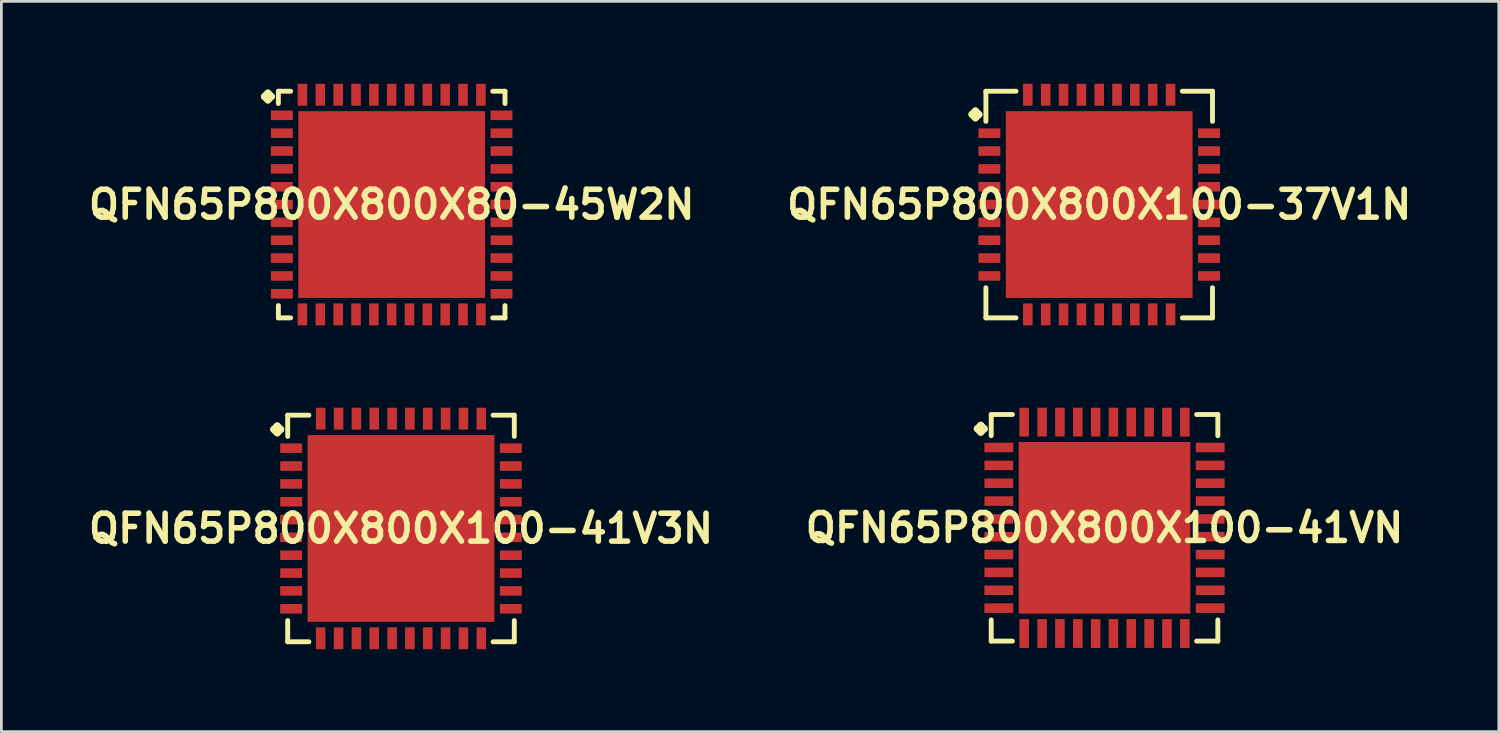
<source format=kicad_pcb>
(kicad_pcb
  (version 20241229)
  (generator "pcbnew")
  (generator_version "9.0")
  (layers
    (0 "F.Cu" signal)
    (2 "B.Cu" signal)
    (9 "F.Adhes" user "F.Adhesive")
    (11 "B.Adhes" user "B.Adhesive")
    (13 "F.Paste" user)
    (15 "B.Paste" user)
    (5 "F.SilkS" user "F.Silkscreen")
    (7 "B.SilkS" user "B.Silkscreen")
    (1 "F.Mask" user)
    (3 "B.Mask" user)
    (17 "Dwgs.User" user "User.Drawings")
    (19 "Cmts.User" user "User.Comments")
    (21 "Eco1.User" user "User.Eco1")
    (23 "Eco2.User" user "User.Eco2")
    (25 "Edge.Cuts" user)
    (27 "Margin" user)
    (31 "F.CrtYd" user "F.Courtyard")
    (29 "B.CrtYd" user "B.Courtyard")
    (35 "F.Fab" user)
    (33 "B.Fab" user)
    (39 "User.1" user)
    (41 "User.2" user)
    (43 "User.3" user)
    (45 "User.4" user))
  (footprint "QFN65P800X800X80-45W2N"
    (layer "F.Cu")
    (at 11.21 4.397)
    (property "Reference" "QFN65P800X800X80-45W2N" (at 0 0 0) (layer "F.SilkS") (effects (font (size 1.016 1.016) (thickness 0.203))))
    (attr smd)
    (fp_line (start -4.633 -3.932) (end -4.506 -4.059) (stroke (width 0.254) (type solid)) (layer "F.SilkS"))
    (fp_line (start -4.506 -4.059) (end -4.379 -3.932) (stroke (width 0.254) (type solid)) (layer "F.SilkS"))
    (fp_line (start -4.506 -3.805) (end -4.633 -3.932) (stroke (width 0.254) (type solid)) (layer "F.SilkS"))
    (fp_line (start -4.379 -3.932) (end -4.506 -3.805) (stroke (width 0.254) (type solid)) (layer "F.SilkS"))
    (fp_line (start -4.125 -4.125) (end -3.678 -4.125) (stroke (width 0.178) (type solid)) (layer "F.SilkS"))
    (fp_line (start -4.125 -3.678) (end -4.125 -4.125) (stroke (width 0.178) (type solid)) (layer "F.SilkS"))
    (fp_line (start -4.125 3.678) (end -4.125 4.125) (stroke (width 0.178) (type solid)) (layer "F.SilkS"))
    (fp_line (start -4.125 4.125) (end -3.678 4.125) (stroke (width 0.178) (type solid)) (layer "F.SilkS"))
    (fp_line (start 3.678 -4.125) (end 4.125 -4.125) (stroke (width 0.178) (type solid)) (layer "F.SilkS"))
    (fp_line (start 3.678 4.125) (end 4.125 4.125) (stroke (width 0.178) (type solid)) (layer "F.SilkS"))
    (fp_line (start 4.125 -4.125) (end 4.125 -3.678) (stroke (width 0.178) (type solid)) (layer "F.SilkS"))
    (fp_line (start 4.125 4.125) (end 4.125 3.678) (stroke (width 0.178) (type solid)) (layer "F.SilkS"))
    (pad "1" smd rect (at -3.998 -3.249) (size 0.798 0.348) (layers "F.Cu" "F.Mask" "F.Paste"))
    (pad "2" smd rect (at -3.998 -2.598) (size 0.798 0.348) (layers "F.Cu" "F.Mask" "F.Paste"))
    (pad "3" smd rect (at -3.998 -1.948) (size 0.798 0.348) (layers "F.Cu" "F.Mask" "F.Paste"))
    (pad "4" smd rect (at -3.998 -1.298) (size 0.798 0.348) (layers "F.Cu" "F.Mask" "F.Paste"))
    (pad "5" smd rect (at -3.998 -0.648) (size 0.798 0.348) (layers "F.Cu" "F.Mask" "F.Paste"))
    (pad "6" smd rect (at -3.998 0) (size 0.798 0.348) (layers "F.Cu" "F.Mask" "F.Paste"))
    (pad "7" smd rect (at -3.998 0.648) (size 0.798 0.348) (layers "F.Cu" "F.Mask" "F.Paste"))
    (pad "8" smd rect (at -3.998 1.298) (size 0.798 0.348) (layers "F.Cu" "F.Mask" "F.Paste"))
    (pad "9" smd rect (at -3.998 1.948) (size 0.798 0.348) (layers "F.Cu" "F.Mask" "F.Paste"))
    (pad "10" smd rect (at -3.998 2.598) (size 0.798 0.348) (layers "F.Cu" "F.Mask" "F.Paste"))
    (pad "11" smd rect (at -3.998 3.249) (size 0.798 0.348) (layers "F.Cu" "F.Mask" "F.Paste"))
    (pad "12" smd rect (at -3.249 3.998) (size 0.348 0.798) (layers "F.Cu" "F.Mask" "F.Paste"))
    (pad "13" smd rect (at -2.598 3.998) (size 0.348 0.798) (layers "F.Cu" "F.Mask" "F.Paste"))
    (pad "14" smd rect (at -1.948 3.998) (size 0.348 0.798) (layers "F.Cu" "F.Mask" "F.Paste"))
    (pad "15" smd rect (at -1.298 3.998) (size 0.348 0.798) (layers "F.Cu" "F.Mask" "F.Paste"))
    (pad "16" smd rect (at -0.648 3.998) (size 0.348 0.798) (layers "F.Cu" "F.Mask" "F.Paste"))
    (pad "17" smd rect (at 0 3.998) (size 0.348 0.798) (layers "F.Cu" "F.Mask" "F.Paste"))
    (pad "18" smd rect (at 0.648 3.998) (size 0.348 0.798) (layers "F.Cu" "F.Mask" "F.Paste"))
    (pad "19" smd rect (at 1.298 3.998) (size 0.348 0.798) (layers "F.Cu" "F.Mask" "F.Paste"))
    (pad "20" smd rect (at 1.948 3.998) (size 0.348 0.798) (layers "F.Cu" "F.Mask" "F.Paste"))
    (pad "21" smd rect (at 2.598 3.998) (size 0.348 0.798) (layers "F.Cu" "F.Mask" "F.Paste"))
    (pad "22" smd rect (at 3.249 3.998) (size 0.348 0.798) (layers "F.Cu" "F.Mask" "F.Paste"))
    (pad "23" smd rect (at 3.998 3.249) (size 0.798 0.348) (layers "F.Cu" "F.Mask" "F.Paste"))
    (pad "24" smd rect (at 3.998 2.598) (size 0.798 0.348) (layers "F.Cu" "F.Mask" "F.Paste"))
    (pad "25" smd rect (at 3.998 1.948) (size 0.798 0.348) (layers "F.Cu" "F.Mask" "F.Paste"))
    (pad "26" smd rect (at 3.998 1.298) (size 0.798 0.348) (layers "F.Cu" "F.Mask" "F.Paste"))
    (pad "27" smd rect (at 3.998 0.648) (size 0.798 0.348) (layers "F.Cu" "F.Mask" "F.Paste"))
    (pad "28" smd rect (at 3.998 0) (size 0.798 0.348) (layers "F.Cu" "F.Mask" "F.Paste"))
    (pad "29" smd rect (at 3.998 -0.648) (size 0.798 0.348) (layers "F.Cu" "F.Mask" "F.Paste"))
    (pad "30" smd rect (at 3.998 -1.298) (size 0.798 0.348) (layers "F.Cu" "F.Mask" "F.Paste"))
    (pad "31" smd rect (at 3.998 -1.948) (size 0.798 0.348) (layers "F.Cu" "F.Mask" "F.Paste"))
    (pad "32" smd rect (at 3.998 -2.598) (size 0.798 0.348) (layers "F.Cu" "F.Mask" "F.Paste"))
    (pad "33" smd rect (at 3.998 -3.249) (size 0.798 0.348) (layers "F.Cu" "F.Mask" "F.Paste"))
    (pad "34" smd rect (at 3.249 -3.998) (size 0.348 0.798) (layers "F.Cu" "F.Mask" "F.Paste"))
    (pad "35" smd rect (at 2.598 -3.998) (size 0.348 0.798) (layers "F.Cu" "F.Mask" "F.Paste"))
    (pad "36" smd rect (at 1.948 -3.998) (size 0.348 0.798) (layers "F.Cu" "F.Mask" "F.Paste"))
    (pad "37" smd rect (at 1.298 -3.998) (size 0.348 0.798) (layers "F.Cu" "F.Mask" "F.Paste"))
    (pad "38" smd rect (at 0.648 -3.998) (size 0.348 0.798) (layers "F.Cu" "F.Mask" "F.Paste"))
    (pad "39" smd rect (at 0 -3.998) (size 0.348 0.798) (layers "F.Cu" "F.Mask" "F.Paste"))
    (pad "40" smd rect (at -0.648 -3.998) (size 0.348 0.798) (layers "F.Cu" "F.Mask" "F.Paste"))
    (pad "41" smd rect (at -1.298 -3.998) (size 0.348 0.798) (layers "F.Cu" "F.Mask" "F.Paste"))
    (pad "42" smd rect (at -1.948 -3.998) (size 0.348 0.798) (layers "F.Cu" "F.Mask" "F.Paste"))
    (pad "43" smd rect (at -2.598 -3.998) (size 0.348 0.798) (layers "F.Cu" "F.Mask" "F.Paste"))
    (pad "44" smd rect (at -3.249 -3.998) (size 0.348 0.798) (layers "F.Cu" "F.Mask" "F.Paste"))
    (pad "45" smd rect (at 0 0) (size 6.8 6.8) (layers "F.Cu" "F.Mask" "F.Paste")))
  (footprint "QFN65P800X800X100-37V1N"
    (layer "F.Cu")
    (at 36.968 4.397)
    (property "Reference" "QFN65P800X800X100-37V1N" (at 0 0 0) (layer "F.SilkS") (effects (font (size 1.016 1.016) (thickness 0.203))))
    (attr smd)
    (fp_line (start -4.633 -3.282) (end -4.506 -3.409) (stroke (width 0.254) (type solid)) (layer "F.SilkS"))
    (fp_line (start -4.506 -3.409) (end -4.379 -3.282) (stroke (width 0.254) (type solid)) (layer "F.SilkS"))
    (fp_line (start -4.506 -3.155) (end -4.633 -3.282) (stroke (width 0.254) (type solid)) (layer "F.SilkS"))
    (fp_line (start -4.379 -3.282) (end -4.506 -3.155) (stroke (width 0.254) (type solid)) (layer "F.SilkS"))
    (fp_line (start -4.125 -4.125) (end -3.028 -4.125) (stroke (width 0.178) (type solid)) (layer "F.SilkS"))
    (fp_line (start -4.125 -3.028) (end -4.125 -4.125) (stroke (width 0.178) (type solid)) (layer "F.SilkS"))
    (fp_line (start -4.125 3.028) (end -4.125 4.125) (stroke (width 0.178) (type solid)) (layer "F.SilkS"))
    (fp_line (start -4.125 4.125) (end -3.028 4.125) (stroke (width 0.178) (type solid)) (layer "F.SilkS"))
    (fp_line (start 3.028 -4.125) (end 4.125 -4.125) (stroke (width 0.178) (type solid)) (layer "F.SilkS"))
    (fp_line (start 3.028 4.125) (end 4.125 4.125) (stroke (width 0.178) (type solid)) (layer "F.SilkS"))
    (fp_line (start 4.125 -4.125) (end 4.125 -3.028) (stroke (width 0.178) (type solid)) (layer "F.SilkS"))
    (fp_line (start 4.125 4.125) (end 4.125 3.028) (stroke (width 0.178) (type solid)) (layer "F.SilkS"))
    (pad "1" smd rect (at -3.998 -2.598) (size 0.798 0.348) (layers "F.Cu" "F.Mask" "F.Paste"))
    (pad "2" smd rect (at -3.998 -1.948) (size 0.798 0.348) (layers "F.Cu" "F.Mask" "F.Paste"))
    (pad "3" smd rect (at -3.998 -1.298) (size 0.798 0.348) (layers "F.Cu" "F.Mask" "F.Paste"))
    (pad "4" smd rect (at -3.998 -0.648) (size 0.798 0.348) (layers "F.Cu" "F.Mask" "F.Paste"))
    (pad "5" smd rect (at -3.998 0) (size 0.798 0.348) (layers "F.Cu" "F.Mask" "F.Paste"))
    (pad "6" smd rect (at -3.998 0.648) (size 0.798 0.348) (layers "F.Cu" "F.Mask" "F.Paste"))
    (pad "7" smd rect (at -3.998 1.298) (size 0.798 0.348) (layers "F.Cu" "F.Mask" "F.Paste"))
    (pad "8" smd rect (at -3.998 1.948) (size 0.798 0.348) (layers "F.Cu" "F.Mask" "F.Paste"))
    (pad "9" smd rect (at -3.998 2.598) (size 0.798 0.348) (layers "F.Cu" "F.Mask" "F.Paste"))
    (pad "10" smd rect (at -2.598 3.998) (size 0.348 0.798) (layers "F.Cu" "F.Mask" "F.Paste"))
    (pad "11" smd rect (at -1.948 3.998) (size 0.348 0.798) (layers "F.Cu" "F.Mask" "F.Paste"))
    (pad "12" smd rect (at -1.298 3.998) (size 0.348 0.798) (layers "F.Cu" "F.Mask" "F.Paste"))
    (pad "13" smd rect (at -0.648 3.998) (size 0.348 0.798) (layers "F.Cu" "F.Mask" "F.Paste"))
    (pad "14" smd rect (at 0 3.998) (size 0.348 0.798) (layers "F.Cu" "F.Mask" "F.Paste"))
    (pad "15" smd rect (at 0.648 3.998) (size 0.348 0.798) (layers "F.Cu" "F.Mask" "F.Paste"))
    (pad "16" smd rect (at 1.298 3.998) (size 0.348 0.798) (layers "F.Cu" "F.Mask" "F.Paste"))
    (pad "17" smd rect (at 1.948 3.998) (size 0.348 0.798) (layers "F.Cu" "F.Mask" "F.Paste"))
    (pad "18" smd rect (at 2.598 3.998) (size 0.348 0.798) (layers "F.Cu" "F.Mask" "F.Paste"))
    (pad "19" smd rect (at 3.998 2.598) (size 0.798 0.348) (layers "F.Cu" "F.Mask" "F.Paste"))
    (pad "20" smd rect (at 3.998 1.948) (size 0.798 0.348) (layers "F.Cu" "F.Mask" "F.Paste"))
    (pad "21" smd rect (at 3.998 1.298) (size 0.798 0.348) (layers "F.Cu" "F.Mask" "F.Paste"))
    (pad "22" smd rect (at 3.998 0.648) (size 0.798 0.348) (layers "F.Cu" "F.Mask" "F.Paste"))
    (pad "23" smd rect (at 3.998 0) (size 0.798 0.348) (layers "F.Cu" "F.Mask" "F.Paste"))
    (pad "24" smd rect (at 3.998 -0.648) (size 0.798 0.348) (layers "F.Cu" "F.Mask" "F.Paste"))
    (pad "25" smd rect (at 3.998 -1.298) (size 0.798 0.348) (layers "F.Cu" "F.Mask" "F.Paste"))
    (pad "26" smd rect (at 3.998 -1.948) (size 0.798 0.348) (layers "F.Cu" "F.Mask" "F.Paste"))
    (pad "27" smd rect (at 3.998 -2.598) (size 0.798 0.348) (layers "F.Cu" "F.Mask" "F.Paste"))
    (pad "28" smd rect (at 2.598 -3.998) (size 0.348 0.798) (layers "F.Cu" "F.Mask" "F.Paste"))
    (pad "29" smd rect (at 1.948 -3.998) (size 0.348 0.798) (layers "F.Cu" "F.Mask" "F.Paste"))
    (pad "30" smd rect (at 1.298 -3.998) (size 0.348 0.798) (layers "F.Cu" "F.Mask" "F.Paste"))
    (pad "31" smd rect (at 0.648 -3.998) (size 0.348 0.798) (layers "F.Cu" "F.Mask" "F.Paste"))
    (pad "32" smd rect (at 0 -3.998) (size 0.348 0.798) (layers "F.Cu" "F.Mask" "F.Paste"))
    (pad "33" smd rect (at -0.648 -3.998) (size 0.348 0.798) (layers "F.Cu" "F.Mask" "F.Paste"))
    (pad "34" smd rect (at -1.298 -3.998) (size 0.348 0.798) (layers "F.Cu" "F.Mask" "F.Paste"))
    (pad "35" smd rect (at -1.948 -3.998) (size 0.348 0.798) (layers "F.Cu" "F.Mask" "F.Paste"))
    (pad "36" smd rect (at -2.598 -3.998) (size 0.348 0.798) (layers "F.Cu" "F.Mask" "F.Paste"))
    (pad "37" smd rect (at 0 0) (size 6.8 6.8) (layers "F.Cu" "F.Mask" "F.Paste")))
  (footprint "QFN65P800X800X100-41V3N"
    (layer "F.Cu")
    (at 11.549 16.19)
    (property "Reference" "QFN65P800X800X100-41V3N" (at 0 0 0) (layer "F.SilkS") (effects (font (size 1.016 1.016) (thickness 0.203))))
    (attr smd)
    (fp_line (start -4.633 -3.607) (end -4.506 -3.734) (stroke (width 0.254) (type solid)) (layer "F.SilkS"))
    (fp_line (start -4.506 -3.734) (end -4.379 -3.607) (stroke (width 0.254) (type solid)) (layer "F.SilkS"))
    (fp_line (start -4.506 -3.48) (end -4.633 -3.607) (stroke (width 0.254) (type solid)) (layer "F.SilkS"))
    (fp_line (start -4.379 -3.607) (end -4.506 -3.48) (stroke (width 0.254) (type solid)) (layer "F.SilkS"))
    (fp_line (start -4.125 -4.125) (end -3.353 -4.125) (stroke (width 0.178) (type solid)) (layer "F.SilkS"))
    (fp_line (start -4.125 -3.353) (end -4.125 -4.125) (stroke (width 0.178) (type solid)) (layer "F.SilkS"))
    (fp_line (start -4.125 3.353) (end -4.125 4.125) (stroke (width 0.178) (type solid)) (layer "F.SilkS"))
    (fp_line (start -4.125 4.125) (end -3.353 4.125) (stroke (width 0.178) (type solid)) (layer "F.SilkS"))
    (fp_line (start 3.353 -4.125) (end 4.125 -4.125) (stroke (width 0.178) (type solid)) (layer "F.SilkS"))
    (fp_line (start 3.353 4.125) (end 4.125 4.125) (stroke (width 0.178) (type solid)) (layer "F.SilkS"))
    (fp_line (start 4.125 -4.125) (end 4.125 -3.353) (stroke (width 0.178) (type solid)) (layer "F.SilkS"))
    (fp_line (start 4.125 4.125) (end 4.125 3.353) (stroke (width 0.178) (type solid)) (layer "F.SilkS"))
    (pad "1" smd rect (at -3.998 -2.924) (size 0.798 0.348) (layers "F.Cu" "F.Mask" "F.Paste"))
    (pad "2" smd rect (at -3.998 -2.273) (size 0.798 0.348) (layers "F.Cu" "F.Mask" "F.Paste"))
    (pad "3" smd rect (at -3.998 -1.623) (size 0.798 0.348) (layers "F.Cu" "F.Mask" "F.Paste"))
    (pad "4" smd rect (at -3.998 -0.973) (size 0.798 0.348) (layers "F.Cu" "F.Mask" "F.Paste"))
    (pad "5" smd rect (at -3.998 -0.323) (size 0.798 0.348) (layers "F.Cu" "F.Mask" "F.Paste"))
    (pad "6" smd rect (at -3.998 0.323) (size 0.798 0.348) (layers "F.Cu" "F.Mask" "F.Paste"))
    (pad "7" smd rect (at -3.998 0.973) (size 0.798 0.348) (layers "F.Cu" "F.Mask" "F.Paste"))
    (pad "8" smd rect (at -3.998 1.623) (size 0.798 0.348) (layers "F.Cu" "F.Mask" "F.Paste"))
    (pad "9" smd rect (at -3.998 2.273) (size 0.798 0.348) (layers "F.Cu" "F.Mask" "F.Paste"))
    (pad "10" smd rect (at -3.998 2.924) (size 0.798 0.348) (layers "F.Cu" "F.Mask" "F.Paste"))
    (pad "11" smd rect (at -2.924 3.998) (size 0.348 0.798) (layers "F.Cu" "F.Mask" "F.Paste"))
    (pad "12" smd rect (at -2.273 3.998) (size 0.348 0.798) (layers "F.Cu" "F.Mask" "F.Paste"))
    (pad "13" smd rect (at -1.623 3.998) (size 0.348 0.798) (layers "F.Cu" "F.Mask" "F.Paste"))
    (pad "14" smd rect (at -0.973 3.998) (size 0.348 0.798) (layers "F.Cu" "F.Mask" "F.Paste"))
    (pad "15" smd rect (at -0.323 3.998) (size 0.348 0.798) (layers "F.Cu" "F.Mask" "F.Paste"))
    (pad "16" smd rect (at 0.323 3.998) (size 0.348 0.798) (layers "F.Cu" "F.Mask" "F.Paste"))
    (pad "17" smd rect (at 0.973 3.998) (size 0.348 0.798) (layers "F.Cu" "F.Mask" "F.Paste"))
    (pad "18" smd rect (at 1.623 3.998) (size 0.348 0.798) (layers "F.Cu" "F.Mask" "F.Paste"))
    (pad "19" smd rect (at 2.273 3.998) (size 0.348 0.798) (layers "F.Cu" "F.Mask" "F.Paste"))
    (pad "20" smd rect (at 2.924 3.998) (size 0.348 0.798) (layers "F.Cu" "F.Mask" "F.Paste"))
    (pad "21" smd rect (at 3.998 2.924) (size 0.798 0.348) (layers "F.Cu" "F.Mask" "F.Paste"))
    (pad "22" smd rect (at 3.998 2.273) (size 0.798 0.348) (layers "F.Cu" "F.Mask" "F.Paste"))
    (pad "23" smd rect (at 3.998 1.623) (size 0.798 0.348) (layers "F.Cu" "F.Mask" "F.Paste"))
    (pad "24" smd rect (at 3.998 0.973) (size 0.798 0.348) (layers "F.Cu" "F.Mask" "F.Paste"))
    (pad "25" smd rect (at 3.998 0.323) (size 0.798 0.348) (layers "F.Cu" "F.Mask" "F.Paste"))
    (pad "26" smd rect (at 3.998 -0.323) (size 0.798 0.348) (layers "F.Cu" "F.Mask" "F.Paste"))
    (pad "27" smd rect (at 3.998 -0.973) (size 0.798 0.348) (layers "F.Cu" "F.Mask" "F.Paste"))
    (pad "28" smd rect (at 3.998 -1.623) (size 0.798 0.348) (layers "F.Cu" "F.Mask" "F.Paste"))
    (pad "29" smd rect (at 3.998 -2.273) (size 0.798 0.348) (layers "F.Cu" "F.Mask" "F.Paste"))
    (pad "30" smd rect (at 3.998 -2.924) (size 0.798 0.348) (layers "F.Cu" "F.Mask" "F.Paste"))
    (pad "31" smd rect (at 2.924 -3.998) (size 0.348 0.798) (layers "F.Cu" "F.Mask" "F.Paste"))
    (pad "32" smd rect (at 2.273 -3.998) (size 0.348 0.798) (layers "F.Cu" "F.Mask" "F.Paste"))
    (pad "33" smd rect (at 1.623 -3.998) (size 0.348 0.798) (layers "F.Cu" "F.Mask" "F.Paste"))
    (pad "34" smd rect (at 0.973 -3.998) (size 0.348 0.798) (layers "F.Cu" "F.Mask" "F.Paste"))
    (pad "35" smd rect (at 0.323 -3.998) (size 0.348 0.798) (layers "F.Cu" "F.Mask" "F.Paste"))
    (pad "36" smd rect (at -0.323 -3.998) (size 0.348 0.798) (layers "F.Cu" "F.Mask" "F.Paste"))
    (pad "37" smd rect (at -0.973 -3.998) (size 0.348 0.798) (layers "F.Cu" "F.Mask" "F.Paste"))
    (pad "38" smd rect (at -1.623 -3.998) (size 0.348 0.798) (layers "F.Cu" "F.Mask" "F.Paste"))
    (pad "39" smd rect (at -2.273 -3.998) (size 0.348 0.798) (layers "F.Cu" "F.Mask" "F.Paste"))
    (pad "40" smd rect (at -2.924 -3.998) (size 0.348 0.798) (layers "F.Cu" "F.Mask" "F.Paste"))
    (pad "41" smd rect (at 0 0) (size 6.8 6.8) (layers "F.Cu" "F.Mask" "F.Paste")))
  (footprint "QFN65P800X800X100-41VN"
    (layer "F.Cu")
    (at 37.162 16.166)
    (property "Reference" "QFN65P800X800X100-41VN" (at 0 0 0) (layer "F.SilkS") (effects (font (size 1.016 1.016) (thickness 0.203))))
    (attr smd)
    (fp_line (start -4.633 -3.607) (end -4.506 -3.734) (stroke (width 0.254) (type solid)) (layer "F.SilkS"))
    (fp_line (start -4.506 -3.734) (end -4.379 -3.607) (stroke (width 0.254) (type solid)) (layer "F.SilkS"))
    (fp_line (start -4.506 -3.48) (end -4.633 -3.607) (stroke (width 0.254) (type solid)) (layer "F.SilkS"))
    (fp_line (start -4.379 -3.607) (end -4.506 -3.48) (stroke (width 0.254) (type solid)) (layer "F.SilkS"))
    (fp_line (start -4.125 -4.125) (end -3.353 -4.125) (stroke (width 0.178) (type solid)) (layer "F.SilkS"))
    (fp_line (start -4.125 -3.353) (end -4.125 -4.125) (stroke (width 0.178) (type solid)) (layer "F.SilkS"))
    (fp_line (start -4.125 3.353) (end -4.125 4.125) (stroke (width 0.178) (type solid)) (layer "F.SilkS"))
    (fp_line (start -4.125 4.125) (end -3.353 4.125) (stroke (width 0.178) (type solid)) (layer "F.SilkS"))
    (fp_line (start 3.353 -4.125) (end 4.125 -4.125) (stroke (width 0.178) (type solid)) (layer "F.SilkS"))
    (fp_line (start 3.353 4.125) (end 4.125 4.125) (stroke (width 0.178) (type solid)) (layer "F.SilkS"))
    (fp_line (start 4.125 -4.125) (end 4.125 -3.353) (stroke (width 0.178) (type solid)) (layer "F.SilkS"))
    (fp_line (start 4.125 4.125) (end 4.125 3.353) (stroke (width 0.178) (type solid)) (layer "F.SilkS"))
    (pad "1" smd rect (at -3.848 -2.924) (size 1.049 0.348) (layers "F.Cu" "F.Mask" "F.Paste"))
    (pad "2" smd rect (at -3.848 -2.273) (size 1.049 0.348) (layers "F.Cu" "F.Mask" "F.Paste"))
    (pad "3" smd rect (at -3.848 -1.623) (size 1.049 0.348) (layers "F.Cu" "F.Mask" "F.Paste"))
    (pad "4" smd rect (at -3.848 -0.973) (size 1.049 0.348) (layers "F.Cu" "F.Mask" "F.Paste"))
    (pad "5" smd rect (at -3.848 -0.323) (size 1.049 0.348) (layers "F.Cu" "F.Mask" "F.Paste"))
    (pad "6" smd rect (at -3.848 0.323) (size 1.049 0.348) (layers "F.Cu" "F.Mask" "F.Paste"))
    (pad "7" smd rect (at -3.848 0.973) (size 1.049 0.348) (layers "F.Cu" "F.Mask" "F.Paste"))
    (pad "8" smd rect (at -3.848 1.623) (size 1.049 0.348) (layers "F.Cu" "F.Mask" "F.Paste"))
    (pad "9" smd rect (at -3.848 2.273) (size 1.049 0.348) (layers "F.Cu" "F.Mask" "F.Paste"))
    (pad "10" smd rect (at -3.848 2.924) (size 1.049 0.348) (layers "F.Cu" "F.Mask" "F.Paste"))
    (pad "11" smd rect (at -2.924 3.848) (size 0.348 1.049) (layers "F.Cu" "F.Mask" "F.Paste"))
    (pad "12" smd rect (at -2.273 3.848) (size 0.348 1.049) (layers "F.Cu" "F.Mask" "F.Paste"))
    (pad "13" smd rect (at -1.623 3.848) (size 0.348 1.049) (layers "F.Cu" "F.Mask" "F.Paste"))
    (pad "14" smd rect (at -0.973 3.848) (size 0.348 1.049) (layers "F.Cu" "F.Mask" "F.Paste"))
    (pad "15" smd rect (at -0.323 3.848) (size 0.348 1.049) (layers "F.Cu" "F.Mask" "F.Paste"))
    (pad "16" smd rect (at 0.323 3.848) (size 0.348 1.049) (layers "F.Cu" "F.Mask" "F.Paste"))
    (pad "17" smd rect (at 0.973 3.848) (size 0.348 1.049) (layers "F.Cu" "F.Mask" "F.Paste"))
    (pad "18" smd rect (at 1.623 3.848) (size 0.348 1.049) (layers "F.Cu" "F.Mask" "F.Paste"))
    (pad "19" smd rect (at 2.273 3.848) (size 0.348 1.049) (layers "F.Cu" "F.Mask" "F.Paste"))
    (pad "20" smd rect (at 2.924 3.848) (size 0.348 1.049) (layers "F.Cu" "F.Mask" "F.Paste"))
    (pad "21" smd rect (at 3.848 2.924) (size 1.049 0.348) (layers "F.Cu" "F.Mask" "F.Paste"))
    (pad "22" smd rect (at 3.848 2.273) (size 1.049 0.348) (layers "F.Cu" "F.Mask" "F.Paste"))
    (pad "23" smd rect (at 3.848 1.623) (size 1.049 0.348) (layers "F.Cu" "F.Mask" "F.Paste"))
    (pad "24" smd rect (at 3.848 0.973) (size 1.049 0.348) (layers "F.Cu" "F.Mask" "F.Paste"))
    (pad "25" smd rect (at 3.848 0.323) (size 1.049 0.348) (layers "F.Cu" "F.Mask" "F.Paste"))
    (pad "26" smd rect (at 3.848 -0.323) (size 1.049 0.348) (layers "F.Cu" "F.Mask" "F.Paste"))
    (pad "27" smd rect (at 3.848 -0.973) (size 1.049 0.348) (layers "F.Cu" "F.Mask" "F.Paste"))
    (pad "28" smd rect (at 3.848 -1.623) (size 1.049 0.348) (layers "F.Cu" "F.Mask" "F.Paste"))
    (pad "29" smd rect (at 3.848 -2.273) (size 1.049 0.348) (layers "F.Cu" "F.Mask" "F.Paste"))
    (pad "30" smd rect (at 3.848 -2.924) (size 1.049 0.348) (layers "F.Cu" "F.Mask" "F.Paste"))
    (pad "31" smd rect (at 2.924 -3.848) (size 0.348 1.049) (layers "F.Cu" "F.Mask" "F.Paste"))
    (pad "32" smd rect (at 2.273 -3.848) (size 0.348 1.049) (layers "F.Cu" "F.Mask" "F.Paste"))
    (pad "33" smd rect (at 1.623 -3.848) (size 0.348 1.049) (layers "F.Cu" "F.Mask" "F.Paste"))
    (pad "34" smd rect (at 0.973 -3.848) (size 0.348 1.049) (layers "F.Cu" "F.Mask" "F.Paste"))
    (pad "35" smd rect (at 0.323 -3.848) (size 0.348 1.049) (layers "F.Cu" "F.Mask" "F.Paste"))
    (pad "36" smd rect (at -0.323 -3.848) (size 0.348 1.049) (layers "F.Cu" "F.Mask" "F.Paste"))
    (pad "37" smd rect (at -0.973 -3.848) (size 0.348 1.049) (layers "F.Cu" "F.Mask" "F.Paste"))
    (pad "38" smd rect (at -1.623 -3.848) (size 0.348 1.049) (layers "F.Cu" "F.Mask" "F.Paste"))
    (pad "39" smd rect (at -2.273 -3.848) (size 0.348 1.049) (layers "F.Cu" "F.Mask" "F.Paste"))
    (pad "40" smd rect (at -2.924 -3.848) (size 0.348 1.049) (layers "F.Cu" "F.Mask" "F.Paste"))
    (pad "41" smd rect (at 0 0) (size 6.248 6.248) (layers "F.Cu" "F.Mask" "F.Paste")))
  (gr_rect
    (start -3 -3)
    (end 51.517 23.587)
    (stroke (width 0.1) (type default))
    (fill no)
    (layer "Edge.Cuts")))
</source>
